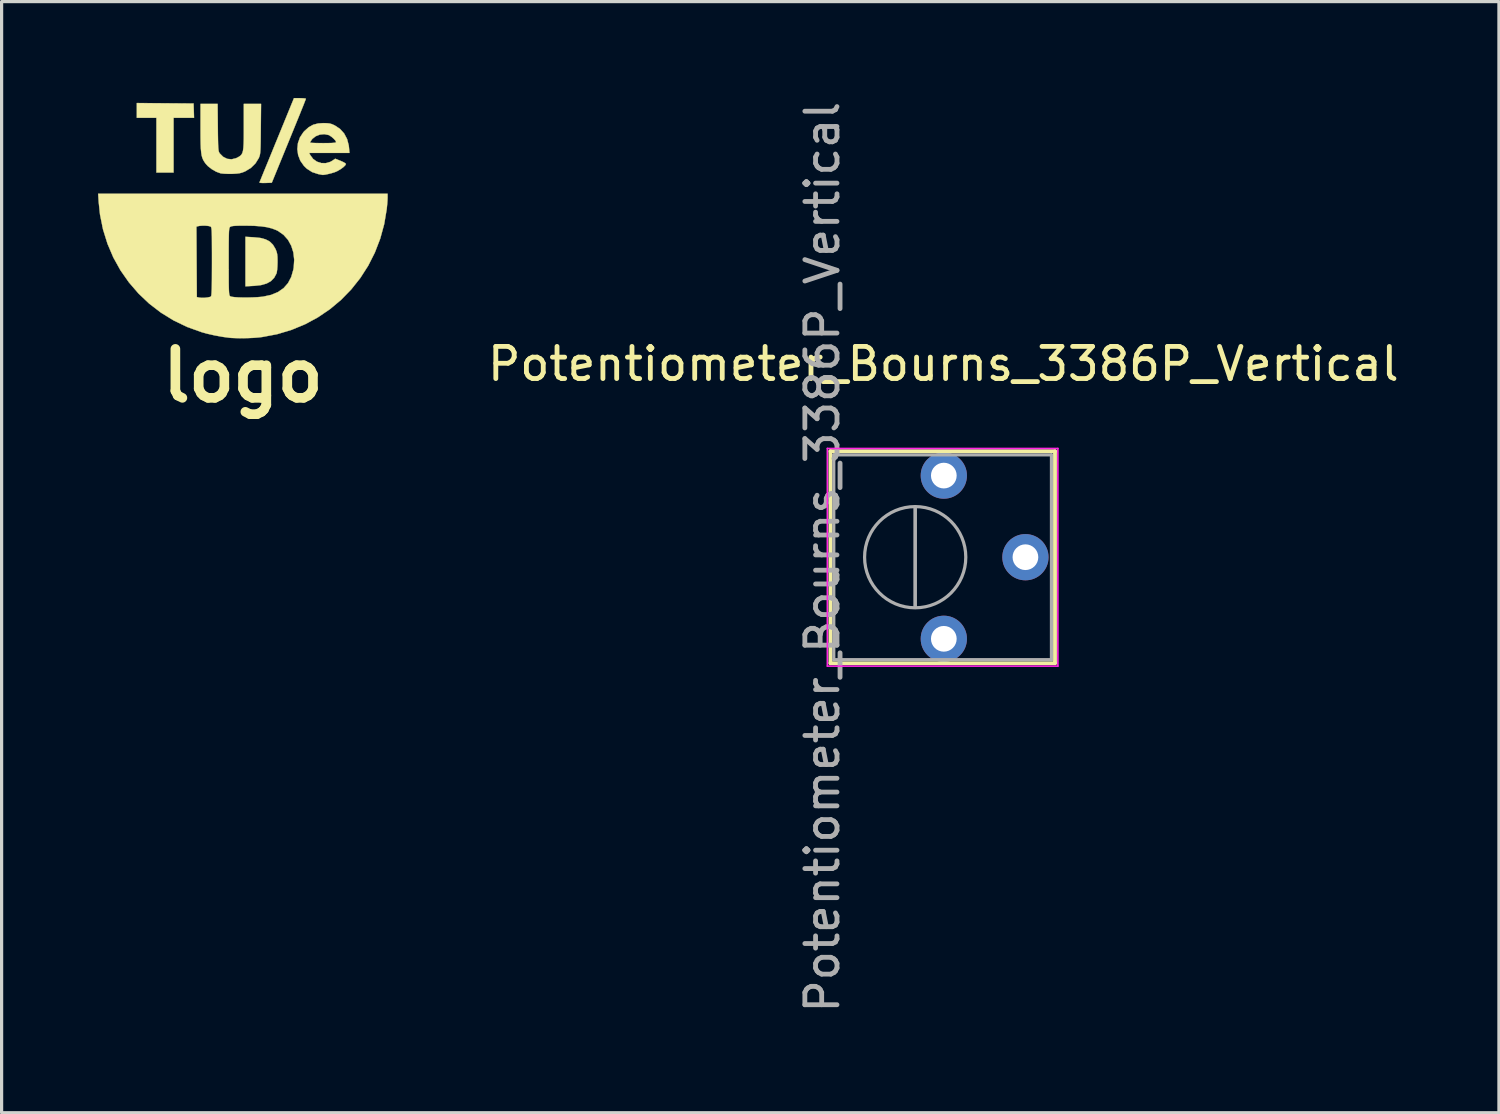
<source format=kicad_pcb>
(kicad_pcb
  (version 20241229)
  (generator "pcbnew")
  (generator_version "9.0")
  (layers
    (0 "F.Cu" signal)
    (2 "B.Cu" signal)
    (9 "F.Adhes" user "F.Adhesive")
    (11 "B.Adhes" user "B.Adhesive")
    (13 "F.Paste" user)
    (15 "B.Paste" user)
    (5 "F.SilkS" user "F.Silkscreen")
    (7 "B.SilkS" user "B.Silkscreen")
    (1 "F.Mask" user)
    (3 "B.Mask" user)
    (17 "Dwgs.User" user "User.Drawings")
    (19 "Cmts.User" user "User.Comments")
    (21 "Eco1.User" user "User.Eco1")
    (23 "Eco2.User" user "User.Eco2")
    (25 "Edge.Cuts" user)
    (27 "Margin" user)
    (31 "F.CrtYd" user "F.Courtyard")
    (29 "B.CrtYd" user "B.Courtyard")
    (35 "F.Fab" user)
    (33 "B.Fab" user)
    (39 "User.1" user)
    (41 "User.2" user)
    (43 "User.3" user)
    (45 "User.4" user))
  (footprint "logo"
    (layer "F.Cu")
    (at 4.513 3.743)
    (property "Reference" "logo" (at 0 4.9 0) (layer "F.SilkS") (effects (font (size 1.524 1.524) (thickness 0.3))))
    (attr through_hole)
    (fp_poly (pts (xy -1.538 -3.572) (xy -1.531 -3.35) (xy -1.524 -3.127) (xy -2.161 -3.127) (xy -2.161 -1.424) (xy -2.695 -1.424) (xy -2.695 -3.127) (xy -3.305 -3.127) (xy -3.305 -3.586) (xy -1.538 -3.572)) (stroke (width 0.01) (type solid)) (fill yes) (layer "F.SilkS"))
    (fp_poly (pts (xy 0.337 0.592) (xy 0.541 0.613) (xy 0.704 0.657) (xy 0.832 0.725) (xy 0.932 0.823) (xy 1.009 0.952) (xy 1.018 0.972) (xy 1.046 1.044) (xy 1.063 1.114) (xy 1.072 1.199) (xy 1.075 1.312) (xy 1.075 1.373) (xy 1.071 1.493) (xy 1.063 1.602) (xy 1.051 1.684) (xy 1.043 1.716) (xy 0.971 1.851) (xy 0.869 1.956) (xy 0.734 2.031) (xy 0.561 2.08) (xy 0.347 2.104) (xy 0.341 2.104) (xy 0.076 2.118) (xy 0.076 0.577) (xy 0.337 0.592)) (stroke (width 0.01) (type solid)) (fill yes) (layer "F.SilkS"))
    (fp_poly (pts (xy 1.862 -3.735) (xy 1.928 -3.729) (xy 1.957 -3.72) (xy 1.958 -3.718) (xy 1.948 -3.692) (xy 1.921 -3.623) (xy 1.879 -3.515) (xy 1.822 -3.374) (xy 1.753 -3.202) (xy 1.673 -3.006) (xy 1.584 -2.788) (xy 1.488 -2.553) (xy 1.427 -2.403) (xy 0.896 -1.106) (xy 0.7 -1.099) (xy 0.608 -1.098) (xy 0.542 -1.102) (xy 0.513 -1.111) (xy 0.512 -1.114) (xy 0.523 -1.141) (xy 0.552 -1.211) (xy 0.596 -1.319) (xy 0.654 -1.462) (xy 0.725 -1.634) (xy 0.806 -1.831) (xy 0.895 -2.049) (xy 0.991 -2.285) (xy 1.054 -2.437) (xy 1.586 -3.738) (xy 1.772 -3.738) (xy 1.862 -3.735)) (stroke (width 0.01) (type solid)) (fill yes) (layer "F.SilkS"))
    (fp_poly (pts (xy -0.783 -2.824) (xy -0.781 -2.611) (xy -0.778 -2.442) (xy -0.775 -2.312) (xy -0.771 -2.215) (xy -0.765 -2.145) (xy -0.758 -2.096) (xy -0.748 -2.062) (xy -0.735 -2.036) (xy -0.723 -2.018) (xy -0.616 -1.911) (xy -0.491 -1.849) (xy -0.356 -1.835) (xy -0.217 -1.869) (xy -0.18 -1.886) (xy -0.124 -1.917) (xy -0.079 -1.948) (xy -0.045 -1.986) (xy -0.019 -2.036) (xy -0.000018 -2.104) (xy 0.012 -2.195) (xy 0.02 -2.316) (xy 0.024 -2.472) (xy 0.025 -2.67) (xy 0.025 -2.841) (xy 0.025 -3.56) (xy 0.562 -3.56) (xy 0.554 -2.778) (xy 0.552 -2.557) (xy 0.55 -2.381) (xy 0.547 -2.243) (xy 0.543 -2.138) (xy 0.537 -2.058) (xy 0.53 -1.999) (xy 0.52 -1.953) (xy 0.508 -1.915) (xy 0.492 -1.877) (xy 0.488 -1.869) (xy 0.387 -1.707) (xy 0.247 -1.569) (xy 0.077 -1.465) (xy 0.067 -1.46) (xy -0.019 -1.425) (xy -0.1 -1.403) (xy -0.195 -1.39) (xy -0.319 -1.383) (xy -0.343 -1.382) (xy -0.465 -1.382) (xy -0.58 -1.386) (xy -0.671 -1.395) (xy -0.701 -1.4) (xy -0.834 -1.449) (xy -0.972 -1.528) (xy -1.094 -1.624) (xy -1.162 -1.698) (xy -1.204 -1.758) (xy -1.239 -1.817) (xy -1.266 -1.881) (xy -1.287 -1.957) (xy -1.301 -2.051) (xy -1.312 -2.168) (xy -1.318 -2.316) (xy -1.321 -2.5) (xy -1.322 -2.727) (xy -1.322 -2.814) (xy -1.322 -3.56) (xy -0.79 -3.56) (xy -0.783 -2.824)) (stroke (width 0.01) (type solid)) (fill yes) (layer "F.SilkS"))
    (fp_poly (pts (xy 2.608 -2.959) (xy 2.694 -2.95) (xy 2.768 -2.929) (xy 2.85 -2.892) (xy 2.853 -2.891) (xy 3.017 -2.783) (xy 3.147 -2.64) (xy 3.239 -2.466) (xy 3.291 -2.268) (xy 3.298 -2.209) (xy 3.313 -2.034) (xy 2.058 -2.034) (xy 2.095 -1.964) (xy 2.183 -1.845) (xy 2.3 -1.762) (xy 2.434 -1.718) (xy 2.576 -1.715) (xy 2.716 -1.755) (xy 2.781 -1.792) (xy 2.87 -1.853) (xy 3.037 -1.787) (xy 3.119 -1.75) (xy 3.179 -1.715) (xy 3.204 -1.69) (xy 3.204 -1.689) (xy 3.182 -1.648) (xy 3.126 -1.593) (xy 3.044 -1.532) (xy 2.946 -1.474) (xy 2.923 -1.462) (xy 2.853 -1.433) (xy 2.759 -1.404) (xy 2.656 -1.378) (xy 2.561 -1.358) (xy 2.49 -1.349) (xy 2.466 -1.351) (xy 2.436 -1.357) (xy 2.374 -1.369) (xy 2.342 -1.375) (xy 2.152 -1.437) (xy 1.986 -1.544) (xy 1.897 -1.63) (xy 1.784 -1.791) (xy 1.716 -1.968) (xy 1.691 -2.153) (xy 1.71 -2.339) (xy 1.716 -2.354) (xy 2.085 -2.354) (xy 2.109 -2.349) (xy 2.175 -2.345) (xy 2.275 -2.341) (xy 2.401 -2.34) (xy 2.492 -2.339) (xy 2.651 -2.34) (xy 2.765 -2.343) (xy 2.84 -2.349) (xy 2.883 -2.357) (xy 2.898 -2.37) (xy 2.898 -2.372) (xy 2.879 -2.414) (xy 2.83 -2.47) (xy 2.765 -2.528) (xy 2.697 -2.575) (xy 2.662 -2.592) (xy 2.529 -2.618) (xy 2.392 -2.604) (xy 2.265 -2.554) (xy 2.162 -2.474) (xy 2.138 -2.444) (xy 2.103 -2.391) (xy 2.085 -2.357) (xy 2.085 -2.354) (xy 1.716 -2.354) (xy 1.773 -2.517) (xy 1.879 -2.678) (xy 1.914 -2.716) (xy 2.048 -2.835) (xy 2.185 -2.911) (xy 2.339 -2.951) (xy 2.492 -2.961) (xy 2.608 -2.959)) (stroke (width 0.01) (type solid)) (fill yes) (layer "F.SilkS"))
    (fp_poly (pts (xy 4.5 -0.642) (xy 4.497 -0.56) (xy 4.489 -0.447) (xy 4.477 -0.326) (xy 4.474 -0.292) (xy 4.395 0.18) (xy 4.271 0.634) (xy 4.104 1.067) (xy 3.897 1.476) (xy 3.651 1.859) (xy 3.37 2.213) (xy 3.055 2.537) (xy 2.709 2.827) (xy 2.334 3.082) (xy 1.934 3.298) (xy 1.509 3.474) (xy 1.063 3.608) (xy 0.598 3.696) (xy 0.478 3.71) (xy 0.33 3.722) (xy 0.155 3.73) (xy -0.03 3.733) (xy -0.207 3.731) (xy -0.358 3.725) (xy -0.407 3.721) (xy -0.633 3.691) (xy -0.88 3.646) (xy -1.122 3.591) (xy -1.287 3.545) (xy -1.736 3.384) (xy -2.16 3.18) (xy -2.556 2.936) (xy -2.921 2.656) (xy -3.253 2.341) (xy -3.551 1.995) (xy -3.813 1.621) (xy -4.036 1.22) (xy -4.217 0.795) (xy -4.356 0.35) (xy -4.374 0.26) (xy -1.45 0.26) (xy -1.437 2.453) (xy -1.36 2.469) (xy -1.284 2.477) (xy -1.19 2.475) (xy -1.098 2.464) (xy -1.025 2.448) (xy -0.998 2.434) (xy -0.99 2.416) (xy -0.983 2.374) (xy -0.978 2.305) (xy -0.973 2.203) (xy -0.97 2.067) (xy -0.968 1.891) (xy -0.967 1.673) (xy -0.966 1.408) (xy -0.966 1.348) (xy -0.445 1.348) (xy -0.445 1.606) (xy -0.444 1.818) (xy -0.444 1.989) (xy -0.442 2.123) (xy -0.439 2.225) (xy -0.435 2.3) (xy -0.43 2.353) (xy -0.423 2.388) (xy -0.415 2.41) (xy -0.404 2.423) (xy -0.396 2.43) (xy -0.35 2.444) (xy -0.263 2.455) (xy -0.145 2.463) (xy -0.005 2.467) (xy 0.147 2.467) (xy 0.301 2.463) (xy 0.448 2.456) (xy 0.579 2.445) (xy 0.626 2.439) (xy 0.876 2.385) (xy 1.088 2.297) (xy 1.263 2.175) (xy 1.401 2.018) (xy 1.502 1.826) (xy 1.567 1.598) (xy 1.578 1.536) (xy 1.594 1.293) (xy 1.568 1.065) (xy 1.502 0.856) (xy 1.4 0.671) (xy 1.262 0.516) (xy 1.092 0.396) (xy 1.035 0.368) (xy 0.899 0.316) (xy 0.743 0.277) (xy 0.56 0.251) (xy 0.342 0.235) (xy 0.082 0.23) (xy 0.075 0.23) (xy -0.093 0.23) (xy -0.218 0.234) (xy -0.305 0.24) (xy -0.361 0.25) (xy -0.394 0.264) (xy -0.396 0.265) (xy -0.408 0.276) (xy -0.418 0.291) (xy -0.426 0.317) (xy -0.432 0.357) (xy -0.437 0.417) (xy -0.44 0.5) (xy -0.442 0.612) (xy -0.444 0.758) (xy -0.445 0.942) (xy -0.445 1.169) (xy -0.445 1.348) (xy -0.966 1.348) (xy -0.966 1.345) (xy -0.966 1.085) (xy -0.967 0.87) (xy -0.968 0.698) (xy -0.969 0.562) (xy -0.972 0.458) (xy -0.975 0.382) (xy -0.98 0.329) (xy -0.987 0.294) (xy -0.995 0.273) (xy -1.006 0.261) (xy -1.015 0.255) (xy -1.072 0.24) (xy -1.16 0.231) (xy -1.259 0.23) (xy -1.35 0.237) (xy -1.392 0.245) (xy -1.45 0.26) (xy -4.374 0.26) (xy -4.45 -0.113) (xy -4.491 -0.502) (xy -4.508 -0.763) (xy 4.5 -0.763) (xy 4.5 -0.642)) (stroke (width 0.01) (type solid)) (fill yes) (layer "F.SilkS")))
  (footprint "Potentiometer_Bourns_3386P_Vertical"
    (layer "F.Cu")
    (at 26.325 16.832)
    (property "Reference" "Potentiometer_Bourns_3386P_Vertical" (at -0.015 -8.555 0) (layer "F.SilkS") (effects (font (size 1 1) (thickness 0.15))))
    (attr through_hole)
    (fp_line (start -3.53 -5.84) (end -3.53 0.76) (stroke (width 0.12) (type solid)) (layer "F.SilkS"))
    (fp_line (start -3.53 -5.84) (end 3.46 -5.84) (stroke (width 0.12) (type solid)) (layer "F.SilkS"))
    (fp_line (start -3.53 0.76) (end 3.46 0.76) (stroke (width 0.12) (type solid)) (layer "F.SilkS"))
    (fp_line (start 3.46 -5.84) (end 3.46 0.76) (stroke (width 0.12) (type solid)) (layer "F.SilkS"))
    (fp_line (start -3.625 -5.925) (end -3.625 0.85) (stroke (width 0.05) (type solid)) (layer "F.CrtYd"))
    (fp_line (start -3.625 0.85) (end 3.55 0.85) (stroke (width 0.05) (type solid)) (layer "F.CrtYd"))
    (fp_line (start 3.55 -5.925) (end -3.625 -5.925) (stroke (width 0.05) (type solid)) (layer "F.CrtYd"))
    (fp_line (start 3.55 0.85) (end 3.55 -5.925) (stroke (width 0.05) (type solid)) (layer "F.CrtYd"))
    (fp_line (start -3.425 -5.725) (end -3.425 0.65) (stroke (width 0.1) (type solid)) (layer "F.Fab"))
    (fp_line (start -3.425 0.65) (end 3.35 0.65) (stroke (width 0.1) (type solid)) (layer "F.Fab"))
    (fp_line (start -0.891 -0.98) (end -0.89 -4.099) (stroke (width 0.1) (type solid)) (layer "F.Fab"))
    (fp_line (start -0.891 -0.98) (end -0.89 -4.099) (stroke (width 0.1) (type solid)) (layer "F.Fab"))
    (fp_line (start 3.35 -5.725) (end -3.425 -5.725) (stroke (width 0.1) (type solid)) (layer "F.Fab"))
    (fp_line (start 3.35 0.65) (end 3.35 -5.725) (stroke (width 0.1) (type solid)) (layer "F.Fab"))
    (fp_circle (center -0.891 -2.54) (end 0.684 -2.54) (stroke (width 0.1) (type solid)) (fill no) (layer "F.Fab"))
    (fp_text user "${REFERENCE}" (at -3.78 -2.54 90) (layer "F.Fab") (effects (font (size 1 1) (thickness 0.15))))
    (pad "1" thru_hole circle (at 0 0) (size 1.44 1.44) (drill 0.8) (layers "*.Cu" "*.Mask"))
    (pad "2" thru_hole circle (at 2.54 -2.54) (size 1.44 1.44) (drill 0.8) (layers "*.Cu" "*.Mask"))
    (pad "3" thru_hole circle (at 0 -5.08) (size 1.44 1.44) (drill 0.8) (layers "*.Cu" "*.Mask")))
  (gr_rect
    (start -3 -3)
    (end 43.602 31.583)
    (stroke (width 0.1) (type default))
    (fill no)
    (layer "Edge.Cuts")))
</source>
